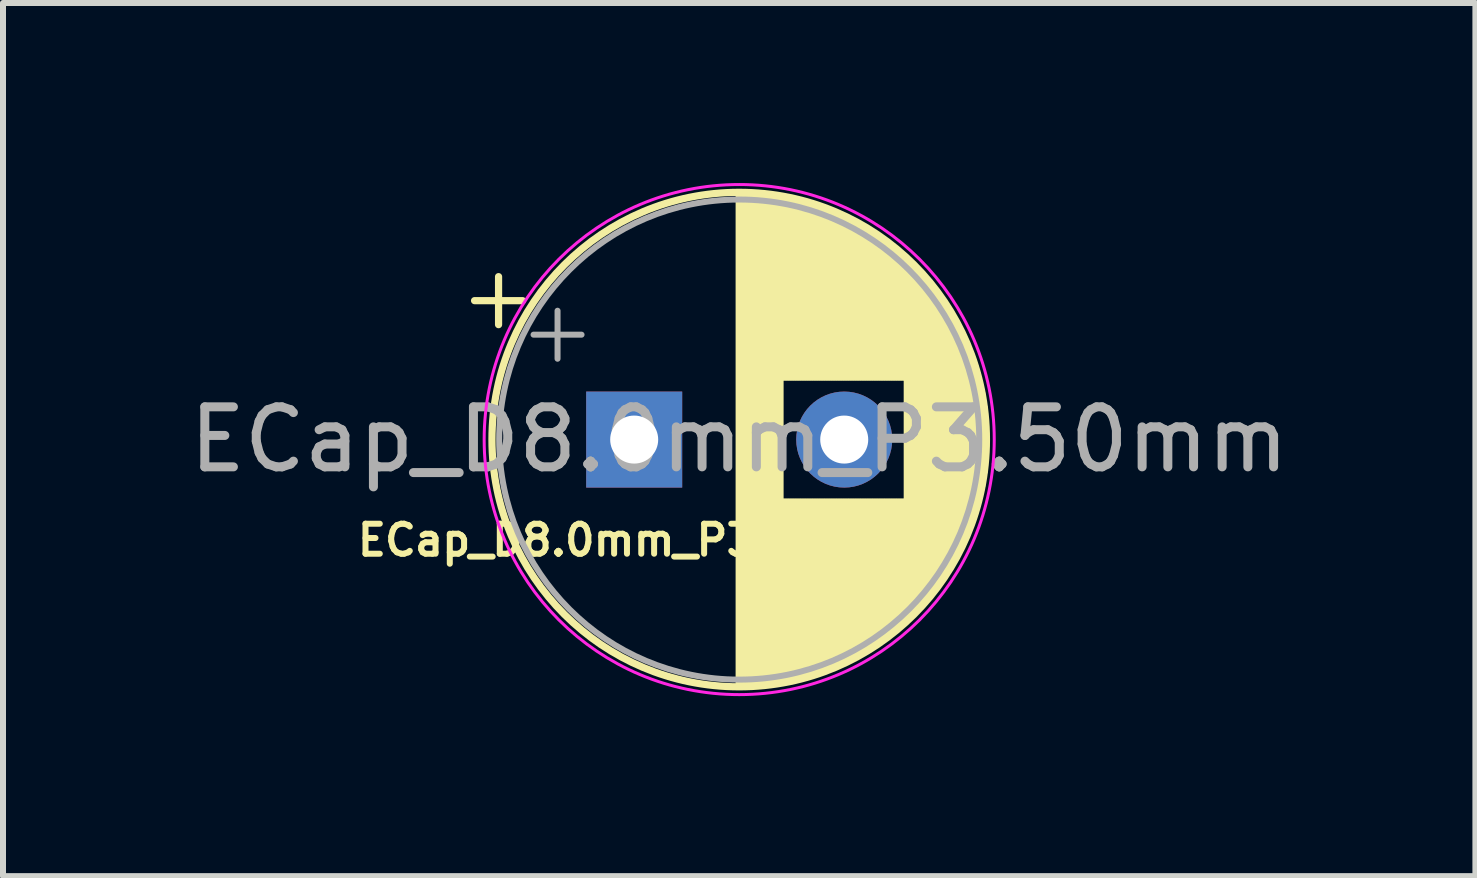
<source format=kicad_pcb>
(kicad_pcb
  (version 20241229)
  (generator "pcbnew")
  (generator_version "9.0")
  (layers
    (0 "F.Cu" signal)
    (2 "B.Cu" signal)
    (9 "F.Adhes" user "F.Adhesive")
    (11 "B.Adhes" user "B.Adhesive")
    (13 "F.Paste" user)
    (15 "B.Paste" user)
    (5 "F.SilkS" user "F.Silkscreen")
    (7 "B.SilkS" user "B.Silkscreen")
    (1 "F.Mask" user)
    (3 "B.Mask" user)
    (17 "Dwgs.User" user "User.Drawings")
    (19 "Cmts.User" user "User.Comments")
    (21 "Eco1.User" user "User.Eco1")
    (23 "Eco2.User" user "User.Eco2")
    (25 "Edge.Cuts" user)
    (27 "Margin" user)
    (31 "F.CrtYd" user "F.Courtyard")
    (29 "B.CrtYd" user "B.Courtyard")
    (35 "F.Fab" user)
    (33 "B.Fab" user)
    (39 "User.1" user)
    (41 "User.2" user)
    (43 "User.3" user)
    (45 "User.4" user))
  (footprint "ECap_D8.0mm_P3.50mm"
    (layer "F.Cu")
    (at 7.518 4.275)
    (property "Reference" "ECap_D8.0mm_P3.50mm" (at -0.025 1.676 0) (layer "F.SilkS") (effects (font (size 0.5 0.5) (thickness 0.1))))
    (attr through_hole)
    (fp_line (start -2.66 -2.315) (end -1.86 -2.315) (stroke (width 0.12) (type solid)) (layer "F.SilkS"))
    (fp_line (start -2.26 -2.715) (end -2.26 -1.915) (stroke (width 0.12) (type solid)) (layer "F.SilkS"))
    (fp_line (start 1.75 -4.08) (end 1.75 4.08) (stroke (width 0.12) (type solid)) (layer "F.SilkS"))
    (fp_line (start 1.79 -4.08) (end 1.79 4.08) (stroke (width 0.12) (type solid)) (layer "F.SilkS"))
    (fp_line (start 1.83 -4.08) (end 1.83 4.08) (stroke (width 0.12) (type solid)) (layer "F.SilkS"))
    (fp_line (start 1.87 -4.079) (end 1.87 4.079) (stroke (width 0.12) (type solid)) (layer "F.SilkS"))
    (fp_line (start 1.91 -4.077) (end 1.91 4.077) (stroke (width 0.12) (type solid)) (layer "F.SilkS"))
    (fp_line (start 1.95 -4.076) (end 1.95 4.076) (stroke (width 0.12) (type solid)) (layer "F.SilkS"))
    (fp_line (start 1.99 -4.074) (end 1.99 4.074) (stroke (width 0.12) (type solid)) (layer "F.SilkS"))
    (fp_line (start 2.03 -4.071) (end 2.03 4.071) (stroke (width 0.12) (type solid)) (layer "F.SilkS"))
    (fp_line (start 2.07 -4.068) (end 2.07 4.068) (stroke (width 0.12) (type solid)) (layer "F.SilkS"))
    (fp_line (start 2.11 -4.065) (end 2.11 4.065) (stroke (width 0.12) (type solid)) (layer "F.SilkS"))
    (fp_line (start 2.15 -4.061) (end 2.15 4.061) (stroke (width 0.12) (type solid)) (layer "F.SilkS"))
    (fp_line (start 2.19 -4.057) (end 2.19 4.057) (stroke (width 0.12) (type solid)) (layer "F.SilkS"))
    (fp_line (start 2.23 -4.052) (end 2.23 4.052) (stroke (width 0.12) (type solid)) (layer "F.SilkS"))
    (fp_line (start 2.27 -4.048) (end 2.27 4.048) (stroke (width 0.12) (type solid)) (layer "F.SilkS"))
    (fp_line (start 2.31 -4.042) (end 2.31 4.042) (stroke (width 0.12) (type solid)) (layer "F.SilkS"))
    (fp_line (start 2.35 -4.037) (end 2.35 4.037) (stroke (width 0.12) (type solid)) (layer "F.SilkS"))
    (fp_line (start 2.39 -4.03) (end 2.39 4.03) (stroke (width 0.12) (type solid)) (layer "F.SilkS"))
    (fp_line (start 2.43 -4.024) (end 2.43 4.024) (stroke (width 0.12) (type solid)) (layer "F.SilkS"))
    (fp_line (start 2.471 -4.017) (end 2.471 -1.04) (stroke (width 0.12) (type solid)) (layer "F.SilkS"))
    (fp_line (start 2.471 1.04) (end 2.471 4.017) (stroke (width 0.12) (type solid)) (layer "F.SilkS"))
    (fp_line (start 2.511 -4.01) (end 2.511 -1.04) (stroke (width 0.12) (type solid)) (layer "F.SilkS"))
    (fp_line (start 2.511 1.04) (end 2.511 4.01) (stroke (width 0.12) (type solid)) (layer "F.SilkS"))
    (fp_line (start 2.551 -4.002) (end 2.551 -1.04) (stroke (width 0.12) (type solid)) (layer "F.SilkS"))
    (fp_line (start 2.551 1.04) (end 2.551 4.002) (stroke (width 0.12) (type solid)) (layer "F.SilkS"))
    (fp_line (start 2.591 -3.994) (end 2.591 -1.04) (stroke (width 0.12) (type solid)) (layer "F.SilkS"))
    (fp_line (start 2.591 1.04) (end 2.591 3.994) (stroke (width 0.12) (type solid)) (layer "F.SilkS"))
    (fp_line (start 2.631 -3.985) (end 2.631 -1.04) (stroke (width 0.12) (type solid)) (layer "F.SilkS"))
    (fp_line (start 2.631 1.04) (end 2.631 3.985) (stroke (width 0.12) (type solid)) (layer "F.SilkS"))
    (fp_line (start 2.671 -3.976) (end 2.671 -1.04) (stroke (width 0.12) (type solid)) (layer "F.SilkS"))
    (fp_line (start 2.671 1.04) (end 2.671 3.976) (stroke (width 0.12) (type solid)) (layer "F.SilkS"))
    (fp_line (start 2.711 -3.967) (end 2.711 -1.04) (stroke (width 0.12) (type solid)) (layer "F.SilkS"))
    (fp_line (start 2.711 1.04) (end 2.711 3.967) (stroke (width 0.12) (type solid)) (layer "F.SilkS"))
    (fp_line (start 2.751 -3.957) (end 2.751 -1.04) (stroke (width 0.12) (type solid)) (layer "F.SilkS"))
    (fp_line (start 2.751 1.04) (end 2.751 3.957) (stroke (width 0.12) (type solid)) (layer "F.SilkS"))
    (fp_line (start 2.791 -3.947) (end 2.791 -1.04) (stroke (width 0.12) (type solid)) (layer "F.SilkS"))
    (fp_line (start 2.791 1.04) (end 2.791 3.947) (stroke (width 0.12) (type solid)) (layer "F.SilkS"))
    (fp_line (start 2.831 -3.936) (end 2.831 -1.04) (stroke (width 0.12) (type solid)) (layer "F.SilkS"))
    (fp_line (start 2.831 1.04) (end 2.831 3.936) (stroke (width 0.12) (type solid)) (layer "F.SilkS"))
    (fp_line (start 2.871 -3.925) (end 2.871 -1.04) (stroke (width 0.12) (type solid)) (layer "F.SilkS"))
    (fp_line (start 2.871 1.04) (end 2.871 3.925) (stroke (width 0.12) (type solid)) (layer "F.SilkS"))
    (fp_line (start 2.911 -3.914) (end 2.911 -1.04) (stroke (width 0.12) (type solid)) (layer "F.SilkS"))
    (fp_line (start 2.911 1.04) (end 2.911 3.914) (stroke (width 0.12) (type solid)) (layer "F.SilkS"))
    (fp_line (start 2.951 -3.902) (end 2.951 -1.04) (stroke (width 0.12) (type solid)) (layer "F.SilkS"))
    (fp_line (start 2.951 1.04) (end 2.951 3.902) (stroke (width 0.12) (type solid)) (layer "F.SilkS"))
    (fp_line (start 2.991 -3.889) (end 2.991 -1.04) (stroke (width 0.12) (type solid)) (layer "F.SilkS"))
    (fp_line (start 2.991 1.04) (end 2.991 3.889) (stroke (width 0.12) (type solid)) (layer "F.SilkS"))
    (fp_line (start 3.031 -3.877) (end 3.031 -1.04) (stroke (width 0.12) (type solid)) (layer "F.SilkS"))
    (fp_line (start 3.031 1.04) (end 3.031 3.877) (stroke (width 0.12) (type solid)) (layer "F.SilkS"))
    (fp_line (start 3.071 -3.863) (end 3.071 -1.04) (stroke (width 0.12) (type solid)) (layer "F.SilkS"))
    (fp_line (start 3.071 1.04) (end 3.071 3.863) (stroke (width 0.12) (type solid)) (layer "F.SilkS"))
    (fp_line (start 3.111 -3.85) (end 3.111 -1.04) (stroke (width 0.12) (type solid)) (layer "F.SilkS"))
    (fp_line (start 3.111 1.04) (end 3.111 3.85) (stroke (width 0.12) (type solid)) (layer "F.SilkS"))
    (fp_line (start 3.151 -3.835) (end 3.151 -1.04) (stroke (width 0.12) (type solid)) (layer "F.SilkS"))
    (fp_line (start 3.151 1.04) (end 3.151 3.835) (stroke (width 0.12) (type solid)) (layer "F.SilkS"))
    (fp_line (start 3.191 -3.821) (end 3.191 -1.04) (stroke (width 0.12) (type solid)) (layer "F.SilkS"))
    (fp_line (start 3.191 1.04) (end 3.191 3.821) (stroke (width 0.12) (type solid)) (layer "F.SilkS"))
    (fp_line (start 3.231 -3.805) (end 3.231 -1.04) (stroke (width 0.12) (type solid)) (layer "F.SilkS"))
    (fp_line (start 3.231 1.04) (end 3.231 3.805) (stroke (width 0.12) (type solid)) (layer "F.SilkS"))
    (fp_line (start 3.271 -3.79) (end 3.271 -1.04) (stroke (width 0.12) (type solid)) (layer "F.SilkS"))
    (fp_line (start 3.271 1.04) (end 3.271 3.79) (stroke (width 0.12) (type solid)) (layer "F.SilkS"))
    (fp_line (start 3.311 -3.774) (end 3.311 -1.04) (stroke (width 0.12) (type solid)) (layer "F.SilkS"))
    (fp_line (start 3.311 1.04) (end 3.311 3.774) (stroke (width 0.12) (type solid)) (layer "F.SilkS"))
    (fp_line (start 3.351 -3.757) (end 3.351 -1.04) (stroke (width 0.12) (type solid)) (layer "F.SilkS"))
    (fp_line (start 3.351 1.04) (end 3.351 3.757) (stroke (width 0.12) (type solid)) (layer "F.SilkS"))
    (fp_line (start 3.391 -3.74) (end 3.391 -1.04) (stroke (width 0.12) (type solid)) (layer "F.SilkS"))
    (fp_line (start 3.391 1.04) (end 3.391 3.74) (stroke (width 0.12) (type solid)) (layer "F.SilkS"))
    (fp_line (start 3.431 -3.722) (end 3.431 -1.04) (stroke (width 0.12) (type solid)) (layer "F.SilkS"))
    (fp_line (start 3.431 1.04) (end 3.431 3.722) (stroke (width 0.12) (type solid)) (layer "F.SilkS"))
    (fp_line (start 3.471 -3.704) (end 3.471 -1.04) (stroke (width 0.12) (type solid)) (layer "F.SilkS"))
    (fp_line (start 3.471 1.04) (end 3.471 3.704) (stroke (width 0.12) (type solid)) (layer "F.SilkS"))
    (fp_line (start 3.511 -3.686) (end 3.511 -1.04) (stroke (width 0.12) (type solid)) (layer "F.SilkS"))
    (fp_line (start 3.511 1.04) (end 3.511 3.686) (stroke (width 0.12) (type solid)) (layer "F.SilkS"))
    (fp_line (start 3.551 -3.666) (end 3.551 -1.04) (stroke (width 0.12) (type solid)) (layer "F.SilkS"))
    (fp_line (start 3.551 1.04) (end 3.551 3.666) (stroke (width 0.12) (type solid)) (layer "F.SilkS"))
    (fp_line (start 3.591 -3.647) (end 3.591 -1.04) (stroke (width 0.12) (type solid)) (layer "F.SilkS"))
    (fp_line (start 3.591 1.04) (end 3.591 3.647) (stroke (width 0.12) (type solid)) (layer "F.SilkS"))
    (fp_line (start 3.631 -3.627) (end 3.631 -1.04) (stroke (width 0.12) (type solid)) (layer "F.SilkS"))
    (fp_line (start 3.631 1.04) (end 3.631 3.627) (stroke (width 0.12) (type solid)) (layer "F.SilkS"))
    (fp_line (start 3.671 -3.606) (end 3.671 -1.04) (stroke (width 0.12) (type solid)) (layer "F.SilkS"))
    (fp_line (start 3.671 1.04) (end 3.671 3.606) (stroke (width 0.12) (type solid)) (layer "F.SilkS"))
    (fp_line (start 3.711 -3.584) (end 3.711 -1.04) (stroke (width 0.12) (type solid)) (layer "F.SilkS"))
    (fp_line (start 3.711 1.04) (end 3.711 3.584) (stroke (width 0.12) (type solid)) (layer "F.SilkS"))
    (fp_line (start 3.751 -3.562) (end 3.751 -1.04) (stroke (width 0.12) (type solid)) (layer "F.SilkS"))
    (fp_line (start 3.751 1.04) (end 3.751 3.562) (stroke (width 0.12) (type solid)) (layer "F.SilkS"))
    (fp_line (start 3.791 -3.54) (end 3.791 -1.04) (stroke (width 0.12) (type solid)) (layer "F.SilkS"))
    (fp_line (start 3.791 1.04) (end 3.791 3.54) (stroke (width 0.12) (type solid)) (layer "F.SilkS"))
    (fp_line (start 3.831 -3.517) (end 3.831 -1.04) (stroke (width 0.12) (type solid)) (layer "F.SilkS"))
    (fp_line (start 3.831 1.04) (end 3.831 3.517) (stroke (width 0.12) (type solid)) (layer "F.SilkS"))
    (fp_line (start 3.871 -3.493) (end 3.871 -1.04) (stroke (width 0.12) (type solid)) (layer "F.SilkS"))
    (fp_line (start 3.871 1.04) (end 3.871 3.493) (stroke (width 0.12) (type solid)) (layer "F.SilkS"))
    (fp_line (start 3.911 -3.469) (end 3.911 -1.04) (stroke (width 0.12) (type solid)) (layer "F.SilkS"))
    (fp_line (start 3.911 1.04) (end 3.911 3.469) (stroke (width 0.12) (type solid)) (layer "F.SilkS"))
    (fp_line (start 3.951 -3.444) (end 3.951 -1.04) (stroke (width 0.12) (type solid)) (layer "F.SilkS"))
    (fp_line (start 3.951 1.04) (end 3.951 3.444) (stroke (width 0.12) (type solid)) (layer "F.SilkS"))
    (fp_line (start 3.991 -3.418) (end 3.991 -1.04) (stroke (width 0.12) (type solid)) (layer "F.SilkS"))
    (fp_line (start 3.991 1.04) (end 3.991 3.418) (stroke (width 0.12) (type solid)) (layer "F.SilkS"))
    (fp_line (start 4.031 -3.392) (end 4.031 -1.04) (stroke (width 0.12) (type solid)) (layer "F.SilkS"))
    (fp_line (start 4.031 1.04) (end 4.031 3.392) (stroke (width 0.12) (type solid)) (layer "F.SilkS"))
    (fp_line (start 4.071 -3.365) (end 4.071 -1.04) (stroke (width 0.12) (type solid)) (layer "F.SilkS"))
    (fp_line (start 4.071 1.04) (end 4.071 3.365) (stroke (width 0.12) (type solid)) (layer "F.SilkS"))
    (fp_line (start 4.111 -3.338) (end 4.111 -1.04) (stroke (width 0.12) (type solid)) (layer "F.SilkS"))
    (fp_line (start 4.111 1.04) (end 4.111 3.338) (stroke (width 0.12) (type solid)) (layer "F.SilkS"))
    (fp_line (start 4.151 -3.309) (end 4.151 -1.04) (stroke (width 0.12) (type solid)) (layer "F.SilkS"))
    (fp_line (start 4.151 1.04) (end 4.151 3.309) (stroke (width 0.12) (type solid)) (layer "F.SilkS"))
    (fp_line (start 4.191 -3.28) (end 4.191 -1.04) (stroke (width 0.12) (type solid)) (layer "F.SilkS"))
    (fp_line (start 4.191 1.04) (end 4.191 3.28) (stroke (width 0.12) (type solid)) (layer "F.SilkS"))
    (fp_line (start 4.231 -3.25) (end 4.231 -1.04) (stroke (width 0.12) (type solid)) (layer "F.SilkS"))
    (fp_line (start 4.231 1.04) (end 4.231 3.25) (stroke (width 0.12) (type solid)) (layer "F.SilkS"))
    (fp_line (start 4.271 -3.22) (end 4.271 -1.04) (stroke (width 0.12) (type solid)) (layer "F.SilkS"))
    (fp_line (start 4.271 1.04) (end 4.271 3.22) (stroke (width 0.12) (type solid)) (layer "F.SilkS"))
    (fp_line (start 4.311 -3.189) (end 4.311 -1.04) (stroke (width 0.12) (type solid)) (layer "F.SilkS"))
    (fp_line (start 4.311 1.04) (end 4.311 3.189) (stroke (width 0.12) (type solid)) (layer "F.SilkS"))
    (fp_line (start 4.351 -3.156) (end 4.351 -1.04) (stroke (width 0.12) (type solid)) (layer "F.SilkS"))
    (fp_line (start 4.351 1.04) (end 4.351 3.156) (stroke (width 0.12) (type solid)) (layer "F.SilkS"))
    (fp_line (start 4.391 -3.124) (end 4.391 -1.04) (stroke (width 0.12) (type solid)) (layer "F.SilkS"))
    (fp_line (start 4.391 1.04) (end 4.391 3.124) (stroke (width 0.12) (type solid)) (layer "F.SilkS"))
    (fp_line (start 4.431 -3.09) (end 4.431 -1.04) (stroke (width 0.12) (type solid)) (layer "F.SilkS"))
    (fp_line (start 4.431 1.04) (end 4.431 3.09) (stroke (width 0.12) (type solid)) (layer "F.SilkS"))
    (fp_line (start 4.471 -3.055) (end 4.471 -1.04) (stroke (width 0.12) (type solid)) (layer "F.SilkS"))
    (fp_line (start 4.471 1.04) (end 4.471 3.055) (stroke (width 0.12) (type solid)) (layer "F.SilkS"))
    (fp_line (start 4.511 -3.019) (end 4.511 -1.04) (stroke (width 0.12) (type solid)) (layer "F.SilkS"))
    (fp_line (start 4.511 1.04) (end 4.511 3.019) (stroke (width 0.12) (type solid)) (layer "F.SilkS"))
    (fp_line (start 4.551 -2.983) (end 4.551 2.983) (stroke (width 0.12) (type solid)) (layer "F.SilkS"))
    (fp_line (start 4.591 -2.945) (end 4.591 2.945) (stroke (width 0.12) (type solid)) (layer "F.SilkS"))
    (fp_line (start 4.631 -2.907) (end 4.631 2.907) (stroke (width 0.12) (type solid)) (layer "F.SilkS"))
    (fp_line (start 4.671 -2.867) (end 4.671 2.867) (stroke (width 0.12) (type solid)) (layer "F.SilkS"))
    (fp_line (start 4.711 -2.826) (end 4.711 2.826) (stroke (width 0.12) (type solid)) (layer "F.SilkS"))
    (fp_line (start 4.751 -2.784) (end 4.751 2.784) (stroke (width 0.12) (type solid)) (layer "F.SilkS"))
    (fp_line (start 4.791 -2.741) (end 4.791 2.741) (stroke (width 0.12) (type solid)) (layer "F.SilkS"))
    (fp_line (start 4.831 -2.697) (end 4.831 2.697) (stroke (width 0.12) (type solid)) (layer "F.SilkS"))
    (fp_line (start 4.871 -2.651) (end 4.871 2.651) (stroke (width 0.12) (type solid)) (layer "F.SilkS"))
    (fp_line (start 4.911 -2.604) (end 4.911 2.604) (stroke (width 0.12) (type solid)) (layer "F.SilkS"))
    (fp_line (start 4.951 -2.556) (end 4.951 2.556) (stroke (width 0.12) (type solid)) (layer "F.SilkS"))
    (fp_line (start 4.991 -2.505) (end 4.991 2.505) (stroke (width 0.12) (type solid)) (layer "F.SilkS"))
    (fp_line (start 5.031 -2.454) (end 5.031 2.454) (stroke (width 0.12) (type solid)) (layer "F.SilkS"))
    (fp_line (start 5.071 -2.4) (end 5.071 2.4) (stroke (width 0.12) (type solid)) (layer "F.SilkS"))
    (fp_line (start 5.111 -2.345) (end 5.111 2.345) (stroke (width 0.12) (type solid)) (layer "F.SilkS"))
    (fp_line (start 5.151 -2.287) (end 5.151 2.287) (stroke (width 0.12) (type solid)) (layer "F.SilkS"))
    (fp_line (start 5.191 -2.228) (end 5.191 2.228) (stroke (width 0.12) (type solid)) (layer "F.SilkS"))
    (fp_line (start 5.231 -2.166) (end 5.231 2.166) (stroke (width 0.12) (type solid)) (layer "F.SilkS"))
    (fp_line (start 5.271 -2.102) (end 5.271 2.102) (stroke (width 0.12) (type solid)) (layer "F.SilkS"))
    (fp_line (start 5.311 -2.034) (end 5.311 2.034) (stroke (width 0.12) (type solid)) (layer "F.SilkS"))
    (fp_line (start 5.351 -1.964) (end 5.351 1.964) (stroke (width 0.12) (type solid)) (layer "F.SilkS"))
    (fp_line (start 5.391 -1.89) (end 5.391 1.89) (stroke (width 0.12) (type solid)) (layer "F.SilkS"))
    (fp_line (start 5.431 -1.813) (end 5.431 1.813) (stroke (width 0.12) (type solid)) (layer "F.SilkS"))
    (fp_line (start 5.471 -1.731) (end 5.471 1.731) (stroke (width 0.12) (type solid)) (layer "F.SilkS"))
    (fp_line (start 5.511 -1.645) (end 5.511 1.645) (stroke (width 0.12) (type solid)) (layer "F.SilkS"))
    (fp_line (start 5.551 -1.552) (end 5.551 1.552) (stroke (width 0.12) (type solid)) (layer "F.SilkS"))
    (fp_line (start 5.591 -1.453) (end 5.591 1.453) (stroke (width 0.12) (type solid)) (layer "F.SilkS"))
    (fp_line (start 5.631 -1.346) (end 5.631 1.346) (stroke (width 0.12) (type solid)) (layer "F.SilkS"))
    (fp_line (start 5.671 -1.229) (end 5.671 1.229) (stroke (width 0.12) (type solid)) (layer "F.SilkS"))
    (fp_line (start 5.711 -1.098) (end 5.711 1.098) (stroke (width 0.12) (type solid)) (layer "F.SilkS"))
    (fp_line (start 5.751 -0.948) (end 5.751 0.948) (stroke (width 0.12) (type solid)) (layer "F.SilkS"))
    (fp_line (start 5.791 -0.768) (end 5.791 0.768) (stroke (width 0.12) (type solid)) (layer "F.SilkS"))
    (fp_line (start 5.831 -0.533) (end 5.831 0.533) (stroke (width 0.12) (type solid)) (layer "F.SilkS"))
    (fp_circle (center 1.75 0) (end 5.87 0) (stroke (width 0.12) (type solid)) (fill no) (layer "F.SilkS"))
    (fp_circle (center 1.75 0) (end 6 0) (stroke (width 0.05) (type solid)) (fill no) (layer "F.CrtYd"))
    (fp_line (start -1.677 -1.748) (end -0.877 -1.748) (stroke (width 0.1) (type solid)) (layer "F.Fab"))
    (fp_line (start -1.277 -2.147) (end -1.277 -1.347) (stroke (width 0.1) (type solid)) (layer "F.Fab"))
    (fp_circle (center 1.75 0) (end 5.75 0) (stroke (width 0.1) (type solid)) (fill no) (layer "F.Fab"))
    (fp_text user "${REFERENCE}" (at 1.75 0 0) (layer "F.Fab") (effects (font (size 1 1) (thickness 0.15))))
    (pad "1" thru_hole rect (at 0 0) (size 1.6 1.6) (drill 0.8) (layers "*.Cu" "*.Mask"))
    (pad "2" thru_hole circle (at 3.5 0) (size 1.6 1.6) (drill 0.8) (layers "*.Cu" "*.Mask")))
  (gr_rect
    (start -3 -3)
    (end 21.536 11.55)
    (stroke (width 0.1) (type default))
    (fill no)
    (layer "Edge.Cuts")))
</source>
